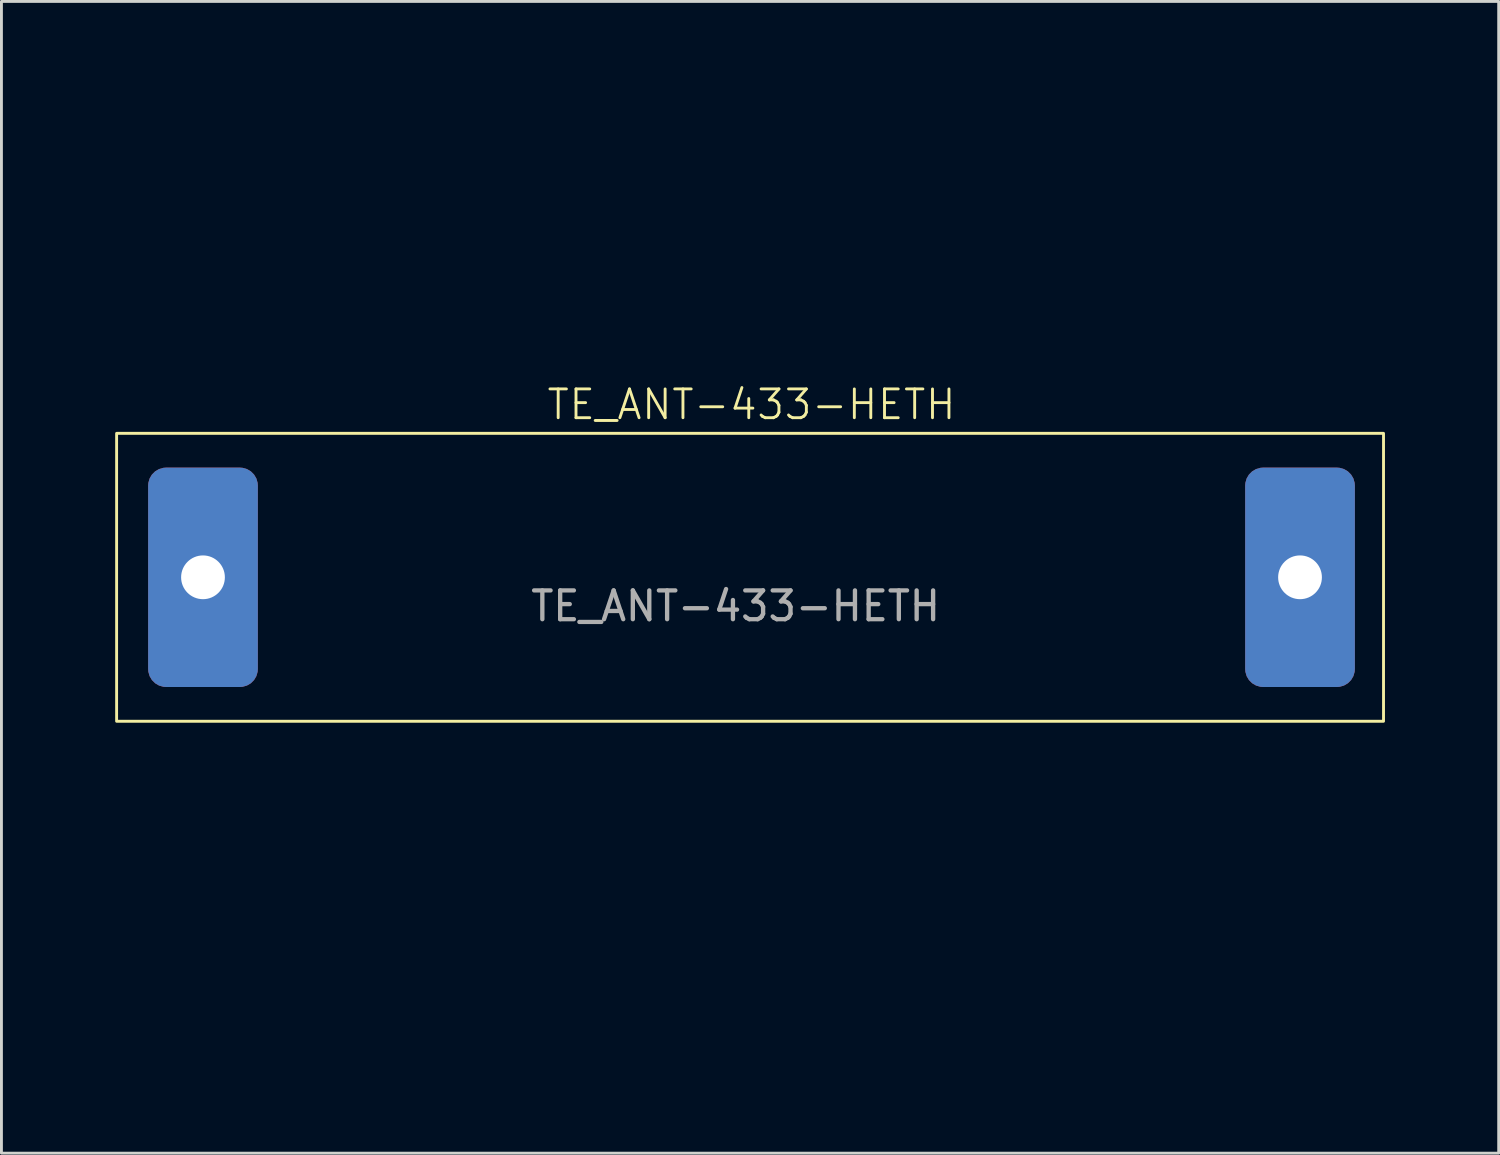
<source format=kicad_pcb>
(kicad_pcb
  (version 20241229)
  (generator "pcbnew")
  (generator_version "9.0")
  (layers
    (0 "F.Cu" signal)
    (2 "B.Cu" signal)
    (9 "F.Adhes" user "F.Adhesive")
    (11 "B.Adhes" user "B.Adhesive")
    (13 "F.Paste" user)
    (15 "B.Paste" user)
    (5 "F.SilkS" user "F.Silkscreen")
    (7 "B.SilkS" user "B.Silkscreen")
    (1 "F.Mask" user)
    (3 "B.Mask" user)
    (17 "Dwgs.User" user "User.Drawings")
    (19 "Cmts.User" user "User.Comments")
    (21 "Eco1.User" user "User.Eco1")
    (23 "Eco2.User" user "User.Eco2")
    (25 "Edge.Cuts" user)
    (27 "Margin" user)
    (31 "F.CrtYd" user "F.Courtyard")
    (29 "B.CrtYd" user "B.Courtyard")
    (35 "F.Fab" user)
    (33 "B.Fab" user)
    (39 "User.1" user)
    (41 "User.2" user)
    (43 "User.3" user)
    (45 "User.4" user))
  (footprint "TE_ANT-433-HETH"
    (layer "F.Cu")
    (at 4 17)
    (property "Reference" "TE_ANT-433-HETH" (at 19.05 -6 0) (unlocked yes) (layer "F.SilkS") (effects (font (size 1 1) (thickness 0.1))))
    (attr through_hole)
    (fp_rect (start -3 -5) (end 41 5) (stroke (width 0.1) (type default)) (fill no) (layer "F.SilkS"))
    (fp_text user "${REFERENCE}" (at 18.5 1 0) (unlocked yes) (layer "F.Fab") (effects (font (size 1 1) (thickness 0.15))))
    (pad "1" thru_hole roundrect (at 0 0) (size 3.81 7.62) (drill 1.52) (layers "*.Cu" "*.Mask") (roundrect_rratio 0.164))
    (pad "NC" thru_hole roundrect (at 38.1 0) (size 3.81 7.62) (drill 1.52) (layers "*.Cu" "*.Mask") (roundrect_rratio 0.164))
    (zone (net_name "") (layers "F.Cu" "B.Cu") (hatch edge 0.5) (connect_pads) (min_thickness 0.25) (filled_areas_thickness no) (keepout (tracks allowed) (vias not_allowed) (pads not_allowed) (copperpour not_allowed) (footprints not_allowed)) (placement (enabled no)) (fill) (polygon (pts (xy 0 0) (xy 46 0) (xy 46 34) (xy 0 34)))))
  (gr_rect
    (start -3 -3)
    (end 49 37)
    (stroke (width 0.1) (type default))
    (fill no)
    (layer "Edge.Cuts")))
</source>
